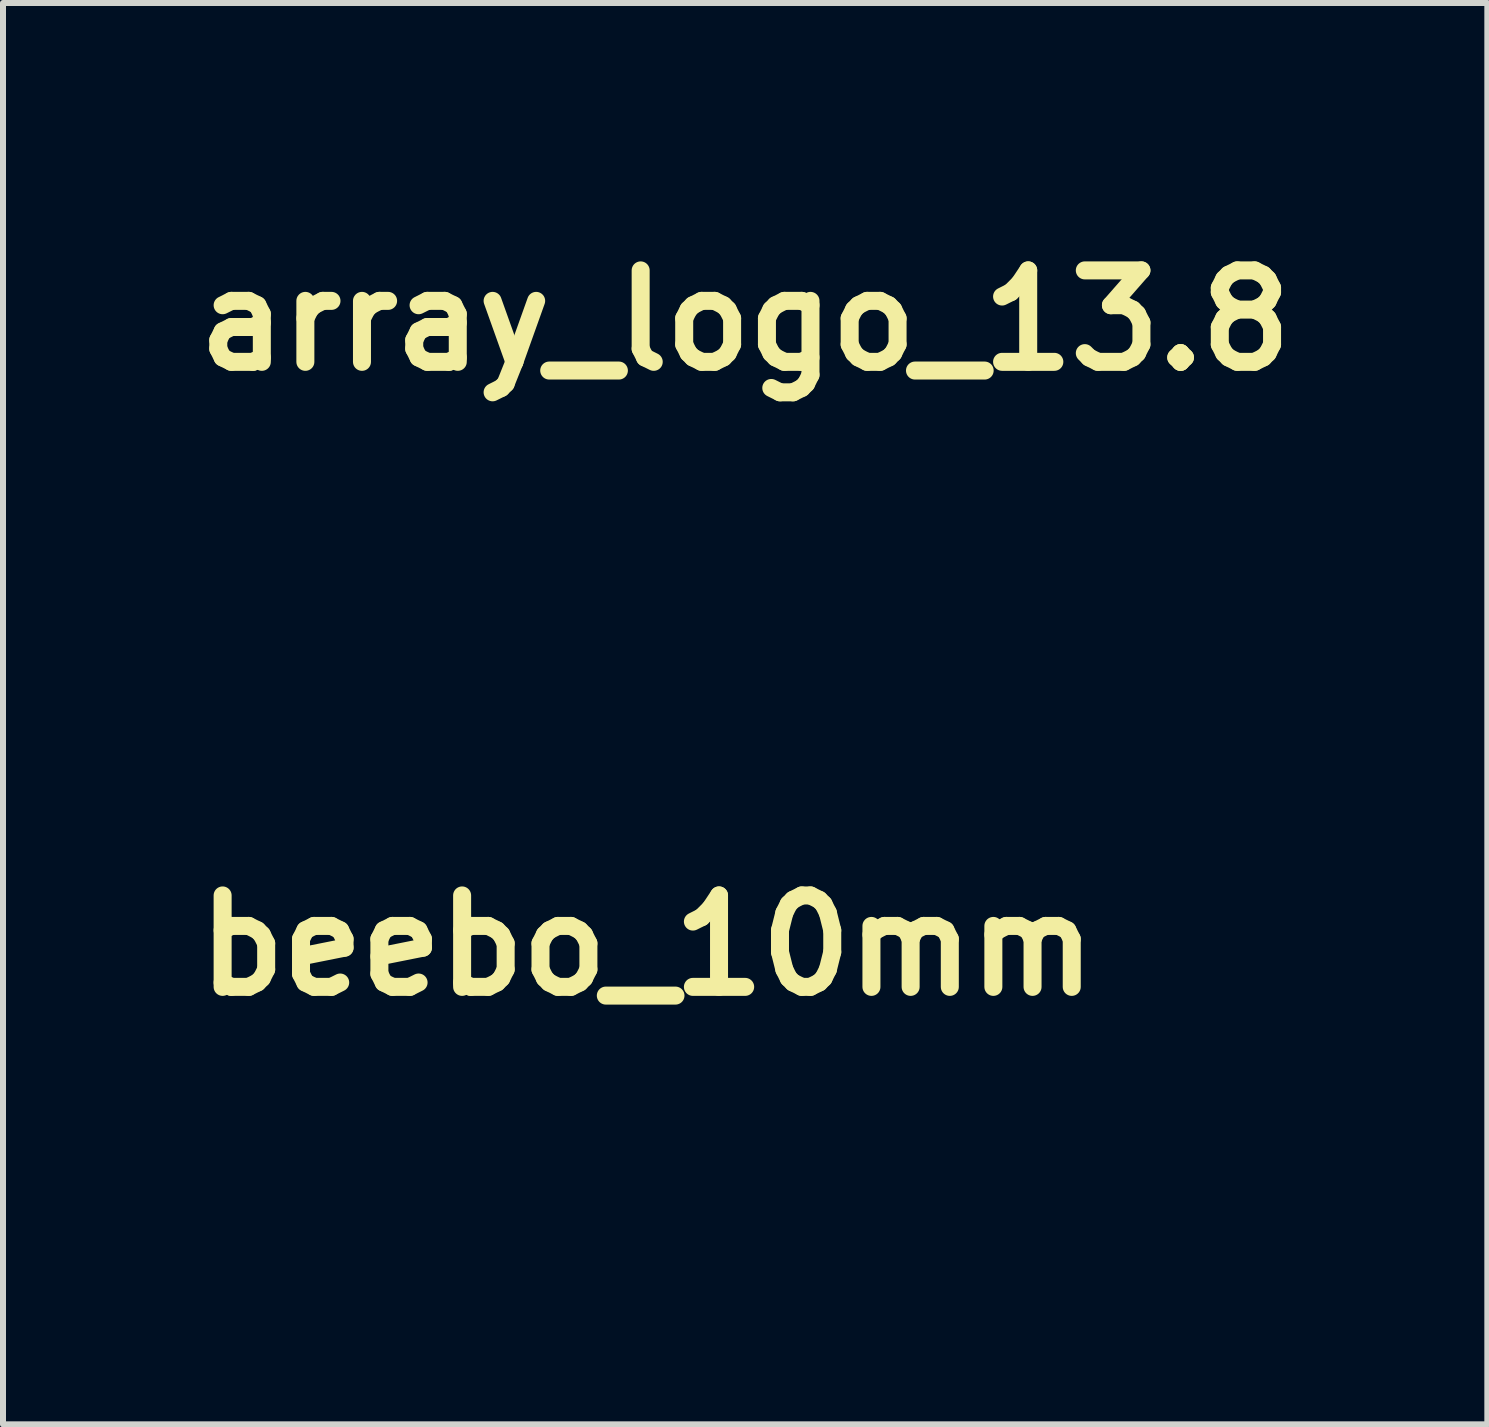
<source format=kicad_pcb>
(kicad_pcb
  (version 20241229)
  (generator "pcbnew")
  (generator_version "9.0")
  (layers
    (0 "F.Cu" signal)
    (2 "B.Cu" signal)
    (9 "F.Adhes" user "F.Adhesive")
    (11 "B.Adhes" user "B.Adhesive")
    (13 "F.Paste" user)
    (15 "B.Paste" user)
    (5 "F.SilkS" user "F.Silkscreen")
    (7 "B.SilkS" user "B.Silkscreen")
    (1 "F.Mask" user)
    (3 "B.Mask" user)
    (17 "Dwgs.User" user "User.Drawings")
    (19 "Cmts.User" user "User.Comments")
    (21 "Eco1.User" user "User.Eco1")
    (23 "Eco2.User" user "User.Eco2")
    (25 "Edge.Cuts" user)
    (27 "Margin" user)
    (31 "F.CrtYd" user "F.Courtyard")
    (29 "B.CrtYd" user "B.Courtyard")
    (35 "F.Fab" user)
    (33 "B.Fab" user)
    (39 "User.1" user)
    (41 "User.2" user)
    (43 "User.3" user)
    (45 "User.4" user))
  (footprint "array_logo_13.8"
    (layer "F.Cu")
    (at 9.369 2.291)
    (property "Reference" "array_logo_13.8" (at 0 0 0) (layer "F.SilkS") (effects (font (size 1.524 1.524) (thickness 0.3))))
    (attr through_hole)
    (fp_poly (pts (xy -0.844 -1.158) (xy -0.856 -0.963) (xy -0.976 -0.705) (xy -1.214 -0.635) (xy -1.531 -0.526) (xy -1.789 -0.192) (xy -1.996 0.379) (xy -2.048 0.594) (xy -2.145 0.983) (xy -2.245 1.184) (xy -2.399 1.259) (xy -2.605 1.27) (xy -3.011 1.27) (xy -2.504 -1.27) (xy -2.082 -1.27) (xy -1.8 -1.247) (xy -1.715 -1.155) (xy -1.739 -1.048) (xy -1.752 -0.936) (xy -1.635 -0.999) (xy -1.487 -1.127) (xy -1.175 -1.335) (xy -0.948 -1.341) (xy -0.844 -1.158)) (stroke (width 0.01) (type solid)) (fill no) (layer "Eco2.User"))
    (fp_poly (pts (xy 1.188 -1.158) (xy 1.176 -0.963) (xy 1.056 -0.705) (xy 0.818 -0.635) (xy 0.501 -0.526) (xy 0.243 -0.192) (xy 0.036 0.379) (xy -0.016 0.594) (xy -0.112 0.982) (xy -0.211 1.183) (xy -0.366 1.259) (xy -0.605 1.27) (xy -0.902 1.241) (xy -0.987 1.143) (xy -0.975 1.093) (xy -0.921 0.894) (xy -0.834 0.514) (xy -0.731 0.023) (xy -0.69 -0.177) (xy -0.473 -1.27) (xy -0.05 -1.27) (xy 0.232 -1.247) (xy 0.317 -1.155) (xy 0.293 -1.048) (xy 0.28 -0.936) (xy 0.397 -0.999) (xy 0.545 -1.127) (xy 0.857 -1.335) (xy 1.084 -1.341) (xy 1.188 -1.158)) (stroke (width 0.01) (type solid)) (fill no) (layer "Eco2.User"))
    (fp_poly (pts (xy 3.389 -1.323) (xy 3.737 -1.256) (xy 3.887 -1.168) (xy 3.898 -1.018) (xy 3.886 -0.968) (xy 3.831 -0.716) (xy 3.754 -0.296) (xy 3.669 0.207) (xy 3.657 0.286) (xy 3.5 1.27) (xy 3.083 1.27) (xy 2.801 1.235) (xy 2.668 1.149) (xy 2.667 1.139) (xy 2.589 1.072) (xy 2.421 1.139) (xy 1.987 1.265) (xy 1.591 1.195) (xy 1.341 0.988) (xy 1.164 0.522) (xy 1.179 0.25) (xy 1.978 0.25) (xy 2.037 0.501) (xy 2.229 0.63) (xy 2.296 0.635) (xy 2.519 0.53) (xy 2.709 0.286) (xy 2.873 -0.104) (xy 2.971 -0.422) (xy 3.01 -0.672) (xy 2.912 -0.751) (xy 2.703 -0.739) (xy 2.415 -0.619) (xy 2.186 -0.373) (xy 2.034 -0.062) (xy 1.978 0.25) (xy 1.179 0.25) (xy 1.195 -0.045) (xy 1.316 -0.423) (xy 1.647 -0.906) (xy 2.15 -1.221) (xy 2.795 -1.354) (xy 3.389 -1.323)) (stroke (width 0.01) (type solid)) (fill no) (layer "Eco2.User"))
    (fp_poly (pts (xy 5.144 -0.54) (xy 5.194 -0.123) (xy 5.236 0.191) (xy 5.255 0.307) (xy 5.322 0.26) (xy 5.471 0.032) (xy 5.674 -0.331) (xy 5.722 -0.423) (xy 5.955 -0.857) (xy 6.128 -1.111) (xy 6.29 -1.231) (xy 6.491 -1.268) (xy 6.587 -1.27) (xy 6.868 -1.258) (xy 6.94 -1.188) (xy 6.847 -1.007) (xy 6.833 -0.984) (xy 6.699 -0.767) (xy 6.469 -0.384) (xy 6.173 0.111) (xy 5.845 0.664) (xy 5.836 0.679) (xy 5.408 1.365) (xy 5.046 1.87) (xy 4.765 2.173) (xy 4.676 2.234) (xy 4.319 2.364) (xy 3.957 2.413) (xy 3.695 2.371) (xy 3.654 2.342) (xy 3.602 2.145) (xy 3.713 1.928) (xy 3.926 1.79) (xy 4.012 1.778) (xy 4.321 1.669) (xy 4.508 1.479) (xy 4.587 1.309) (xy 4.62 1.082) (xy 4.603 0.758) (xy 4.531 0.298) (xy 4.4 -0.336) (xy 4.252 -0.984) (xy 4.238 -1.177) (xy 4.359 -1.256) (xy 4.624 -1.27) (xy 5.062 -1.27) (xy 5.144 -0.54)) (stroke (width 0.01) (type solid)) (fill no) (layer "Eco2.User"))
    (fp_poly (pts (xy -3.997 -2.258) (xy -3.822 -2.19) (xy -3.81 -2.163) (xy -3.792 -1.979) (xy -3.745 -1.607) (xy -3.677 -1.11) (xy -3.598 -0.553) (xy -3.517 0.001) (xy -3.443 0.49) (xy -3.385 0.849) (xy -3.359 0.984) (xy -3.348 1.177) (xy -3.472 1.256) (xy -3.736 1.27) (xy -4.038 1.243) (xy -4.172 1.121) (xy -4.214 0.921) (xy -4.259 0.715) (xy -4.376 0.605) (xy -4.635 0.553) (xy -4.915 0.533) (xy -5.309 0.522) (xy -5.535 0.57) (xy -5.679 0.711) (xy -5.775 0.883) (xy -5.968 1.157) (xy -6.228 1.26) (xy -6.421 1.27) (xy -6.711 1.257) (xy -6.798 1.186) (xy -6.731 1.009) (xy -6.718 0.984) (xy -6.599 0.771) (xy -6.381 0.389) (xy -6.092 -0.11) (xy -6.082 -0.127) (xy -5.211 -0.127) (xy -4.323 -0.127) (xy -4.402 -0.73) (xy -4.455 -1.092) (xy -4.502 -1.331) (xy -4.518 -1.378) (xy -4.589 -1.3) (xy -4.737 -1.052) (xy -4.883 -0.775) (xy -5.211 -0.127) (xy -6.082 -0.127) (xy -5.761 -0.677) (xy -5.692 -0.794) (xy -4.816 -2.286) (xy -4.313 -2.286) (xy -3.997 -2.258)) (stroke (width 0.01) (type solid)) (fill no) (layer "Eco2.User")))
  (footprint "beebo_10mm"
    (layer "F.Cu")
    (at 7.736 12.708)
    (property "Reference" "beebo_10mm" (at 0 0 0) (layer "F.SilkS") (effects (font (size 1.524 1.524) (thickness 0.3))))
    (attr board_only exclude_from_pos_files exclude_from_bom)
    (fp_poly (pts (xy 2.555 -1.069) (xy 2.602 -0.968) (xy 2.573 -0.838) (xy 2.482 -0.757) (xy 2.365 -0.754) (xy 2.287 -0.802) (xy 2.232 -0.914) (xy 2.258 -1.028) (xy 2.324 -1.087) (xy 2.455 -1.116)) (stroke (width 0) (type solid)) (fill yes) (layer "F.Mask"))
    (fp_poly (pts (xy -2.027 -0.895) (xy -1.986 -0.782) (xy -1.988 -0.74) (xy -2.035 -0.639) (xy -2.131 -0.604) (xy -2.239 -0.606) (xy -2.292 -0.625) (xy -2.328 -0.72) (xy -2.31 -0.839) (xy -2.247 -0.929) (xy -2.235 -0.937) (xy -2.119 -0.955)) (stroke (width 0) (type solid)) (fill yes) (layer "F.Mask"))
    (fp_poly (pts (xy 1.829 0.846) (xy 1.921 0.864) (xy 1.995 0.905) (xy 2.06 0.956) (xy 2.203 1.111) (xy 2.335 1.315) (xy 2.441 1.535) (xy 2.505 1.74) (xy 2.516 1.869) (xy 2.5 2.055) (xy 2.005 2.145) (xy 1.78 2.191) (xy 1.49 2.255) (xy 1.166 2.332) (xy 0.839 2.413) (xy 0.693 2.451) (xy 0.291 2.553) (xy -0.029 2.627) (xy -0.278 2.674) (xy -0.47 2.697) (xy -0.614 2.698) (xy -0.681 2.689) (xy -0.768 2.656) (xy -0.792 2.625) (xy -0.772 2.547) (xy -0.72 2.402) (xy -0.644 2.214) (xy -0.556 2.006) (xy -0.464 1.801) (xy -0.38 1.623) (xy -0.312 1.494) (xy -0.292 1.462) (xy -0.167 1.324) (xy -0.009 1.207) (xy 0.025 1.189) (xy 0.243 1.104) (xy 0.529 1.022) (xy 0.855 0.949) (xy 1.19 0.892) (xy 1.486 0.86) (xy 1.694 0.846)) (stroke (width 0) (type solid)) (fill yes) (layer "F.Mask"))
    (fp_poly (pts (xy -0.237 -4.955) (xy 0.2 -4.853) (xy 0.639 -4.687) (xy 1.088 -4.455) (xy 1.559 -4.153) (xy 2.061 -3.776) (xy 2.604 -3.322) (xy 2.757 -3.186) (xy 3.065 -2.92) (xy 3.322 -2.719) (xy 3.542 -2.574) (xy 3.742 -2.477) (xy 3.935 -2.418) (xy 4.125 -2.39) (xy 4.332 -2.36) (xy 4.479 -2.315) (xy 4.555 -2.261) (xy 4.553 -2.206) (xy 4.462 -2.156) (xy 4.456 -2.154) (xy 4.385 -2.12) (xy 4.366 -2.069) (xy 4.404 -1.982) (xy 4.502 -1.842) (xy 4.534 -1.799) (xy 4.788 -1.414) (xy 5.012 -0.971) (xy 5.203 -0.487) (xy 5.355 0.018) (xy 5.464 0.526) (xy 5.526 1.018) (xy 5.535 1.474) (xy 5.488 1.877) (xy 5.469 1.958) (xy 5.32 2.355) (xy 5.085 2.757) (xy 4.776 3.153) (xy 4.405 3.533) (xy 3.983 3.888) (xy 3.523 4.207) (xy 3.036 4.482) (xy 2.534 4.701) (xy 2.03 4.856) (xy 1.915 4.882) (xy 1.678 4.917) (xy 1.366 4.945) (xy 1.003 4.965) (xy 0.61 4.977) (xy 0.213 4.98) (xy -0.166 4.973) (xy -0.504 4.958) (xy -0.777 4.932) (xy -0.802 4.929) (xy -1.444 4.807) (xy -2.053 4.632) (xy -2.617 4.412) (xy -3.124 4.15) (xy -3.56 3.853) (xy -3.914 3.527) (xy -3.937 3.502) (xy -4.116 3.262) (xy -4.295 2.957) (xy -4.46 2.62) (xy -4.593 2.281) (xy -4.674 1.999) (xy -4.761 1.442) (xy -4.787 0.867) (xy -4.777 0.709) (xy -4.573 0.709) (xy -4.572 1.147) (xy -4.542 1.565) (xy -4.487 1.906) (xy -4.367 2.315) (xy -4.195 2.719) (xy -3.987 3.087) (xy -3.759 3.386) (xy -3.758 3.387) (xy -3.415 3.702) (xy -2.99 3.991) (xy -2.5 4.246) (xy -1.961 4.458) (xy -1.535 4.582) (xy -1.003 4.689) (xy -0.408 4.76) (xy 0.218 4.795) (xy 0.846 4.79) (xy 1.376 4.752) (xy 1.636 4.717) (xy 1.908 4.668) (xy 2.143 4.615) (xy 2.203 4.599) (xy 2.69 4.421) (xy 3.174 4.18) (xy 3.641 3.887) (xy 4.077 3.553) (xy 4.468 3.19) (xy 4.801 2.81) (xy 5.061 2.423) (xy 5.211 2.109) (xy 5.306 1.74) (xy 5.338 1.305) (xy 5.307 0.815) (xy 5.214 0.278) (xy 5.119 -0.094) (xy 5.027 -0.372) (xy 4.901 -0.683) (xy 4.755 -1.004) (xy 4.599 -1.31) (xy 4.445 -1.577) (xy 4.306 -1.782) (xy 4.269 -1.827) (xy 4.08 -2.045) (xy 3.817 -1.957) (xy 3.693 -1.922) (xy 3.562 -1.901) (xy 3.409 -1.894) (xy 3.219 -1.902) (xy 2.978 -1.926) (xy 2.671 -1.966) (xy 2.283 -2.023) (xy 2.219 -2.033) (xy 1.878 -2.083) (xy 1.623 -2.114) (xy 1.442 -2.127) (xy 1.325 -2.121) (xy 1.261 -2.096) (xy 1.238 -2.053) (xy 1.238 -2.042) (xy 1.269 -1.966) (xy 1.352 -1.841) (xy 1.47 -1.69) (xy 1.512 -1.64) (xy 1.636 -1.49) (xy 1.725 -1.364) (xy 1.767 -1.283) (xy 1.767 -1.269) (xy 1.709 -1.241) (xy 1.559 -1.226) (xy 1.314 -1.224) (xy 1.252 -1.225) (xy 0.891 -1.253) (xy 0.501 -1.315) (xy 0.101 -1.406) (xy -0.289 -1.52) (xy -0.649 -1.65) (xy -0.959 -1.791) (xy -1.202 -1.936) (xy -1.298 -2.016) (xy -1.44 -2.112) (xy -1.571 -2.145) (xy -1.733 -2.119) (xy -1.947 -2.048) (xy -2.196 -1.942) (xy -2.463 -1.809) (xy -2.733 -1.66) (xy -2.989 -1.503) (xy -3.216 -1.348) (xy -3.397 -1.204) (xy -3.516 -1.081) (xy -3.556 -1) (xy -3.541 -0.887) (xy -3.484 -0.749) (xy -3.469 -0.724) (xy -3.404 -0.61) (xy -3.369 -0.536) (xy -3.367 -0.526) (xy -3.412 -0.502) (xy -3.534 -0.498) (xy -3.712 -0.514) (xy -3.928 -0.548) (xy -4.001 -0.563) (xy -4.153 -0.593) (xy -4.258 -0.601) (xy -4.328 -0.57) (xy -4.379 -0.487) (xy -4.424 -0.339) (xy -4.477 -0.11) (xy -4.485 -0.074) (xy -4.544 0.289) (xy -4.573 0.709) (xy -4.777 0.709) (xy -4.752 0.301) (xy -4.658 -0.223) (xy -4.615 -0.378) (xy -4.526 -0.668) (xy -4.774 -0.817) (xy -5.015 -0.995) (xy -5.168 -1.187) (xy -5.229 -1.385) (xy -5.223 -1.485) (xy -5.147 -1.742) (xy -5.018 -2.019) (xy -4.857 -2.27) (xy -4.792 -2.349) (xy -4.62 -2.545) (xy -4.907 -2.811) (xy -5.106 -3.024) (xy -5.278 -3.265) (xy -5.408 -3.509) (xy -5.483 -3.73) (xy -5.496 -3.838) (xy -5.451 -4.01) (xy -5.333 -4.156) (xy -5.168 -4.258) (xy -4.983 -4.3) (xy -4.851 -4.282) (xy -4.749 -4.205) (xy -4.685 -4.073) (xy -4.675 -3.929) (xy -4.682 -3.902) (xy -4.738 -3.828) (xy -4.81 -3.83) (xy -4.866 -3.896) (xy -4.877 -3.961) (xy -4.91 -4.069) (xy -4.966 -4.1) (xy -5.086 -4.085) (xy -5.205 -4.013) (xy -5.285 -3.914) (xy -5.298 -3.859) (xy -5.269 -3.708) (xy -5.191 -3.512) (xy -5.077 -3.3) (xy -5.012 -3.2) (xy -4.919 -3.086) (xy -4.79 -2.957) (xy -4.649 -2.832) (xy -4.521 -2.733) (xy -4.427 -2.678) (xy -4.407 -2.674) (xy -4.388 -2.719) (xy -4.366 -2.841) (xy -4.346 -3.017) (xy -4.339 -3.102) (xy -4.302 -3.418) (xy -4.237 -3.668) (xy -4.131 -3.87) (xy -3.97 -4.043) (xy -3.741 -4.205) (xy -3.431 -4.375) (xy -3.422 -4.38) (xy -3.129 -4.509) (xy -2.769 -4.639) (xy -2.374 -4.759) (xy -1.976 -4.861) (xy -1.639 -4.928) (xy -1.147 -4.989) (xy -0.682 -5)) (stroke (width 0) (type solid)) (fill yes) (layer "F.Mask")))
  (gr_rect
    (start -3 -3)
    (end 21.738 20.688)
    (stroke (width 0.1) (type default))
    (fill no)
    (layer "Edge.Cuts")))
</source>
